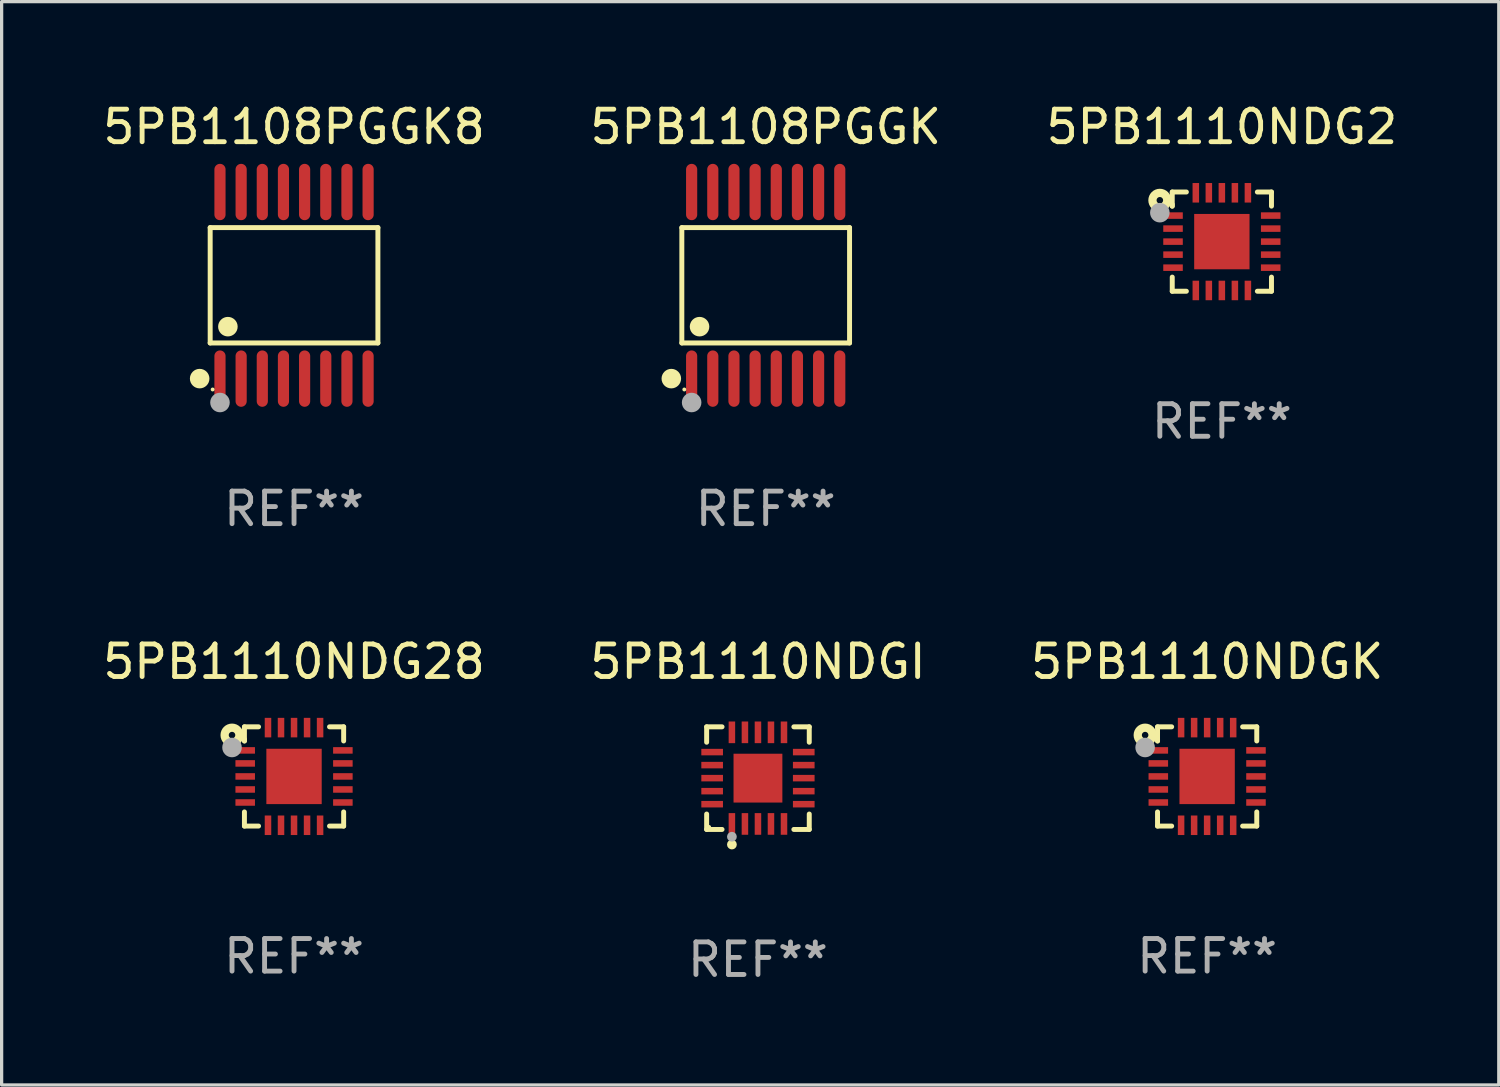
<source format=kicad_pcb>
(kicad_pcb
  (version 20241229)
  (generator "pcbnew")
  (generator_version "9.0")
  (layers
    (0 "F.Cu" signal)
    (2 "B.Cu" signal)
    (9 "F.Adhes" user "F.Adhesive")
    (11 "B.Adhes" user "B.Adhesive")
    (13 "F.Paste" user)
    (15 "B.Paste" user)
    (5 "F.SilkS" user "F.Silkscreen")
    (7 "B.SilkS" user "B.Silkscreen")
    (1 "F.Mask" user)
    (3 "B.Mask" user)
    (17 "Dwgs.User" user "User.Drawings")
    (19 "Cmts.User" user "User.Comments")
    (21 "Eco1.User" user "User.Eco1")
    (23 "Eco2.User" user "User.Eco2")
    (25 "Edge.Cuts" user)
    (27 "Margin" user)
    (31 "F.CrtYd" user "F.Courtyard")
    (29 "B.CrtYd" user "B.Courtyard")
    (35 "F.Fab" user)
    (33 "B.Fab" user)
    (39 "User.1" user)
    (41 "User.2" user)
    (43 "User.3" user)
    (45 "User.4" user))
  (footprint "5PB1108PGGK8"
    (layer "F.Cu")
    (at 5.982 5.714)
    (property "Reference" "5PB1108PGGK8" (at 0 -4.866 0) (layer "F.SilkS") (effects (font (size 1 1) (thickness 0.15))))
    (attr through_hole)
    (fp_line (start -2.576 -1.772) (end 2.576 -1.772) (stroke (width 0.152) (type solid)) (layer "F.SilkS"))
    (fp_line (start -2.576 1.771) (end -2.576 -1.772) (stroke (width 0.152) (type solid)) (layer "F.SilkS"))
    (fp_line (start 2.576 -1.772) (end 2.576 1.771) (stroke (width 0.152) (type solid)) (layer "F.SilkS"))
    (fp_line (start 2.576 1.771) (end -2.576 1.771) (stroke (width 0.152) (type solid)) (layer "F.SilkS"))
    (fp_circle (center -2.899 2.866) (end -2.749 2.866) (stroke (width 0.3) (type solid)) (fill no) (layer "F.SilkS"))
    (fp_circle (center -2.5 3.2) (end -2.47 3.2) (stroke (width 0.06) (type solid)) (fill no) (layer "F.SilkS"))
    (fp_circle (center -2.032 1.27) (end -1.882 1.27) (stroke (width 0.3) (type solid)) (fill no) (layer "F.SilkS"))
    (fp_circle (center -2.275 3.6) (end -2.125 3.6) (stroke (width 0.3) (type solid)) (fill no) (layer "F.Fab"))
    (fp_text user "REF**" (at 0 6.866 0) (layer "F.Fab") (effects (font (size 1 1) (thickness 0.15))))
    (pad "1" smd oval (at -2.275 2.866) (size 0.343 1.731) (layers "F.Cu" "F.Mask" "F.Paste"))
    (pad "2" smd oval (at -1.625 2.866) (size 0.343 1.731) (layers "F.Cu" "F.Mask" "F.Paste"))
    (pad "3" smd oval (at -0.975 2.866) (size 0.343 1.731) (layers "F.Cu" "F.Mask" "F.Paste"))
    (pad "4" smd oval (at -0.325 2.866) (size 0.343 1.731) (layers "F.Cu" "F.Mask" "F.Paste"))
    (pad "5" smd oval (at 0.325 2.866) (size 0.343 1.731) (layers "F.Cu" "F.Mask" "F.Paste"))
    (pad "6" smd oval (at 0.975 2.866) (size 0.343 1.731) (layers "F.Cu" "F.Mask" "F.Paste"))
    (pad "7" smd oval (at 1.625 2.866) (size 0.343 1.731) (layers "F.Cu" "F.Mask" "F.Paste"))
    (pad "8" smd oval (at 2.275 2.866) (size 0.343 1.731) (layers "F.Cu" "F.Mask" "F.Paste"))
    (pad "9" smd oval (at 2.275 -2.866) (size 0.343 1.731) (layers "F.Cu" "F.Mask" "F.Paste"))
    (pad "10" smd oval (at 1.625 -2.866) (size 0.343 1.731) (layers "F.Cu" "F.Mask" "F.Paste"))
    (pad "11" smd oval (at 0.975 -2.866) (size 0.343 1.731) (layers "F.Cu" "F.Mask" "F.Paste"))
    (pad "12" smd oval (at 0.325 -2.866) (size 0.343 1.731) (layers "F.Cu" "F.Mask" "F.Paste"))
    (pad "13" smd oval (at -0.325 -2.866) (size 0.343 1.731) (layers "F.Cu" "F.Mask" "F.Paste"))
    (pad "14" smd oval (at -0.975 -2.866) (size 0.343 1.731) (layers "F.Cu" "F.Mask" "F.Paste"))
    (pad "15" smd oval (at -1.625 -2.866) (size 0.343 1.731) (layers "F.Cu" "F.Mask" "F.Paste"))
    (pad "16" smd oval (at -2.275 -2.866) (size 0.343 1.731) (layers "F.Cu" "F.Mask" "F.Paste")))
  (footprint "5PB1110NDG28"
    (layer "F.Cu")
    (at 5.982 20.8)
    (property "Reference" "5PB1110NDG28" (at 0 -3.524 0) (layer "F.SilkS") (effects (font (size 1 1) (thickness 0.15))))
    (attr through_hole)
    (fp_line (start -1.524 -1.524) (end -1.09 -1.524) (stroke (width 0.152) (type solid)) (layer "F.SilkS"))
    (fp_line (start -1.524 -1.09) (end -1.524 -1.524) (stroke (width 0.152) (type solid)) (layer "F.SilkS"))
    (fp_line (start -1.524 -1.09) (end -1.524 -1.143) (stroke (width 0.152) (type solid)) (layer "F.SilkS"))
    (fp_line (start -1.524 1.524) (end -1.524 1.09) (stroke (width 0.152) (type solid)) (layer "F.SilkS"))
    (fp_line (start -1.09 1.524) (end -1.524 1.524) (stroke (width 0.152) (type solid)) (layer "F.SilkS"))
    (fp_line (start 1.09 -1.524) (end 1.524 -1.524) (stroke (width 0.152) (type solid)) (layer "F.SilkS"))
    (fp_line (start 1.524 -1.524) (end 1.524 -1.09) (stroke (width 0.152) (type solid)) (layer "F.SilkS"))
    (fp_line (start 1.524 1.09) (end 1.524 1.524) (stroke (width 0.152) (type solid)) (layer "F.SilkS"))
    (fp_line (start 1.524 1.524) (end 1.09 1.524) (stroke (width 0.152) (type solid)) (layer "F.SilkS"))
    (fp_circle (center -1.905 -1.27) (end -1.805 -1.27) (stroke (width 0.254) (type solid)) (fill no) (layer "F.SilkS"))
    (fp_circle (center -1.5 -1.5) (end -1.47 -1.5) (stroke (width 0.06) (type solid)) (fill no) (layer "F.SilkS"))
    (fp_circle (center -1.905 -0.889) (end -1.755 -0.889) (stroke (width 0.3) (type solid)) (fill no) (layer "F.Fab"))
    (fp_text user "REF**" (at 0 5.524 0) (layer "F.Fab") (effects (font (size 1 1) (thickness 0.15))))
    (pad "1" smd rect (at -1.5 -0.8) (size 0.6 0.2) (layers "F.Cu" "F.Mask" "F.Paste"))
    (pad "2" smd rect (at -1.5 -0.4) (size 0.6 0.2) (layers "F.Cu" "F.Mask" "F.Paste"))
    (pad "3" smd rect (at -1.5 -0.000203) (size 0.6 0.2) (layers "F.Cu" "F.Mask" "F.Paste"))
    (pad "4" smd rect (at -1.5 0.4) (size 0.6 0.2) (layers "F.Cu" "F.Mask" "F.Paste"))
    (pad "5" smd rect (at -1.5 0.8) (size 0.6 0.2) (layers "F.Cu" "F.Mask" "F.Paste"))
    (pad "6" smd rect (at -0.8 1.5) (size 0.2 0.6) (layers "F.Cu" "F.Mask" "F.Paste"))
    (pad "7" smd rect (at -0.4 1.5) (size 0.2 0.6) (layers "F.Cu" "F.Mask" "F.Paste"))
    (pad "8" smd rect (at -0.000178 1.5) (size 0.2 0.6) (layers "F.Cu" "F.Mask" "F.Paste"))
    (pad "9" smd rect (at 0.4 1.5) (size 0.2 0.6) (layers "F.Cu" "F.Mask" "F.Paste"))
    (pad "10" smd rect (at 0.8 1.5) (size 0.2 0.6) (layers "F.Cu" "F.Mask" "F.Paste"))
    (pad "11" smd rect (at 1.5 0.8) (size 0.6 0.2) (layers "F.Cu" "F.Mask" "F.Paste"))
    (pad "12" smd rect (at 1.5 0.4) (size 0.6 0.2) (layers "F.Cu" "F.Mask" "F.Paste"))
    (pad "13" smd rect (at 1.5 -0.000203) (size 0.6 0.2) (layers "F.Cu" "F.Mask" "F.Paste"))
    (pad "14" smd rect (at 1.5 -0.4) (size 0.6 0.2) (layers "F.Cu" "F.Mask" "F.Paste"))
    (pad "15" smd rect (at 1.5 -0.8) (size 0.6 0.2) (layers "F.Cu" "F.Mask" "F.Paste"))
    (pad "16" smd rect (at 0.8 -1.5) (size 0.2 0.6) (layers "F.Cu" "F.Mask" "F.Paste"))
    (pad "17" smd rect (at 0.4 -1.5) (size 0.2 0.6) (layers "F.Cu" "F.Mask" "F.Paste"))
    (pad "18" smd rect (at 0.000076 -1.5) (size 0.2 0.6) (layers "F.Cu" "F.Mask" "F.Paste"))
    (pad "19" smd rect (at -0.4 -1.5) (size 0.2 0.6) (layers "F.Cu" "F.Mask" "F.Paste"))
    (pad "20" smd rect (at -0.8 -1.5) (size 0.2 0.6) (layers "F.Cu" "F.Mask" "F.Paste"))
    (pad "21" smd rect (at -0.000178 -0.000203 180) (size 1.7 1.7) (layers "F.Cu" "F.Mask" "F.Paste")))
  (footprint "5PB1110NDGK"
    (layer "F.Cu")
    (at 34.03 20.8)
    (property "Reference" "5PB1110NDGK" (at 0 -3.524 0) (layer "F.SilkS") (effects (font (size 1 1) (thickness 0.15))))
    (attr through_hole)
    (fp_line (start -1.524 -1.524) (end -1.09 -1.524) (stroke (width 0.152) (type solid)) (layer "F.SilkS"))
    (fp_line (start -1.524 -1.09) (end -1.524 -1.524) (stroke (width 0.152) (type solid)) (layer "F.SilkS"))
    (fp_line (start -1.524 -1.09) (end -1.524 -1.143) (stroke (width 0.152) (type solid)) (layer "F.SilkS"))
    (fp_line (start -1.524 1.524) (end -1.524 1.09) (stroke (width 0.152) (type solid)) (layer "F.SilkS"))
    (fp_line (start -1.09 1.524) (end -1.524 1.524) (stroke (width 0.152) (type solid)) (layer "F.SilkS"))
    (fp_line (start 1.09 -1.524) (end 1.524 -1.524) (stroke (width 0.152) (type solid)) (layer "F.SilkS"))
    (fp_line (start 1.524 -1.524) (end 1.524 -1.09) (stroke (width 0.152) (type solid)) (layer "F.SilkS"))
    (fp_line (start 1.524 1.09) (end 1.524 1.524) (stroke (width 0.152) (type solid)) (layer "F.SilkS"))
    (fp_line (start 1.524 1.524) (end 1.09 1.524) (stroke (width 0.152) (type solid)) (layer "F.SilkS"))
    (fp_circle (center -1.905 -1.27) (end -1.805 -1.27) (stroke (width 0.254) (type solid)) (fill no) (layer "F.SilkS"))
    (fp_circle (center -1.5 -1.5) (end -1.47 -1.5) (stroke (width 0.06) (type solid)) (fill no) (layer "F.SilkS"))
    (fp_circle (center -1.905 -0.889) (end -1.755 -0.889) (stroke (width 0.3) (type solid)) (fill no) (layer "F.Fab"))
    (fp_text user "REF**" (at 0 5.524 0) (layer "F.Fab") (effects (font (size 1 1) (thickness 0.15))))
    (pad "1" smd rect (at -1.5 -0.8) (size 0.6 0.2) (layers "F.Cu" "F.Mask" "F.Paste"))
    (pad "2" smd rect (at -1.5 -0.4) (size 0.6 0.2) (layers "F.Cu" "F.Mask" "F.Paste"))
    (pad "3" smd rect (at -1.5 -0.000203) (size 0.6 0.2) (layers "F.Cu" "F.Mask" "F.Paste"))
    (pad "4" smd rect (at -1.5 0.4) (size 0.6 0.2) (layers "F.Cu" "F.Mask" "F.Paste"))
    (pad "5" smd rect (at -1.5 0.8) (size 0.6 0.2) (layers "F.Cu" "F.Mask" "F.Paste"))
    (pad "6" smd rect (at -0.8 1.5) (size 0.2 0.6) (layers "F.Cu" "F.Mask" "F.Paste"))
    (pad "7" smd rect (at -0.4 1.5) (size 0.2 0.6) (layers "F.Cu" "F.Mask" "F.Paste"))
    (pad "8" smd rect (at -0.000178 1.5) (size 0.2 0.6) (layers "F.Cu" "F.Mask" "F.Paste"))
    (pad "9" smd rect (at 0.4 1.5) (size 0.2 0.6) (layers "F.Cu" "F.Mask" "F.Paste"))
    (pad "10" smd rect (at 0.8 1.5) (size 0.2 0.6) (layers "F.Cu" "F.Mask" "F.Paste"))
    (pad "11" smd rect (at 1.5 0.8) (size 0.6 0.2) (layers "F.Cu" "F.Mask" "F.Paste"))
    (pad "12" smd rect (at 1.5 0.4) (size 0.6 0.2) (layers "F.Cu" "F.Mask" "F.Paste"))
    (pad "13" smd rect (at 1.5 -0.000203) (size 0.6 0.2) (layers "F.Cu" "F.Mask" "F.Paste"))
    (pad "14" smd rect (at 1.5 -0.4) (size 0.6 0.2) (layers "F.Cu" "F.Mask" "F.Paste"))
    (pad "15" smd rect (at 1.5 -0.8) (size 0.6 0.2) (layers "F.Cu" "F.Mask" "F.Paste"))
    (pad "16" smd rect (at 0.8 -1.5) (size 0.2 0.6) (layers "F.Cu" "F.Mask" "F.Paste"))
    (pad "17" smd rect (at 0.4 -1.5) (size 0.2 0.6) (layers "F.Cu" "F.Mask" "F.Paste"))
    (pad "18" smd rect (at 0.000076 -1.5) (size 0.2 0.6) (layers "F.Cu" "F.Mask" "F.Paste"))
    (pad "19" smd rect (at -0.4 -1.5) (size 0.2 0.6) (layers "F.Cu" "F.Mask" "F.Paste"))
    (pad "20" smd rect (at -0.8 -1.5) (size 0.2 0.6) (layers "F.Cu" "F.Mask" "F.Paste"))
    (pad "21" smd rect (at -0.000178 -0.000203 180) (size 1.7 1.7) (layers "F.Cu" "F.Mask" "F.Paste")))
  (footprint "5PB1108PGGK"
    (layer "F.Cu")
    (at 20.47 5.714)
    (property "Reference" "5PB1108PGGK" (at 0 -4.866 0) (layer "F.SilkS") (effects (font (size 1 1) (thickness 0.15))))
    (attr through_hole)
    (fp_line (start -2.576 -1.772) (end 2.576 -1.772) (stroke (width 0.152) (type solid)) (layer "F.SilkS"))
    (fp_line (start -2.576 1.771) (end -2.576 -1.772) (stroke (width 0.152) (type solid)) (layer "F.SilkS"))
    (fp_line (start 2.576 -1.772) (end 2.576 1.771) (stroke (width 0.152) (type solid)) (layer "F.SilkS"))
    (fp_line (start 2.576 1.771) (end -2.576 1.771) (stroke (width 0.152) (type solid)) (layer "F.SilkS"))
    (fp_circle (center -2.899 2.866) (end -2.749 2.866) (stroke (width 0.3) (type solid)) (fill no) (layer "F.SilkS"))
    (fp_circle (center -2.5 3.2) (end -2.47 3.2) (stroke (width 0.06) (type solid)) (fill no) (layer "F.SilkS"))
    (fp_circle (center -2.032 1.27) (end -1.882 1.27) (stroke (width 0.3) (type solid)) (fill no) (layer "F.SilkS"))
    (fp_circle (center -2.275 3.6) (end -2.125 3.6) (stroke (width 0.3) (type solid)) (fill no) (layer "F.Fab"))
    (fp_text user "REF**" (at 0 6.866 0) (layer "F.Fab") (effects (font (size 1 1) (thickness 0.15))))
    (pad "1" smd oval (at -2.275 2.866) (size 0.343 1.731) (layers "F.Cu" "F.Mask" "F.Paste"))
    (pad "2" smd oval (at -1.625 2.866) (size 0.343 1.731) (layers "F.Cu" "F.Mask" "F.Paste"))
    (pad "3" smd oval (at -0.975 2.866) (size 0.343 1.731) (layers "F.Cu" "F.Mask" "F.Paste"))
    (pad "4" smd oval (at -0.325 2.866) (size 0.343 1.731) (layers "F.Cu" "F.Mask" "F.Paste"))
    (pad "5" smd oval (at 0.325 2.866) (size 0.343 1.731) (layers "F.Cu" "F.Mask" "F.Paste"))
    (pad "6" smd oval (at 0.975 2.866) (size 0.343 1.731) (layers "F.Cu" "F.Mask" "F.Paste"))
    (pad "7" smd oval (at 1.625 2.866) (size 0.343 1.731) (layers "F.Cu" "F.Mask" "F.Paste"))
    (pad "8" smd oval (at 2.275 2.866) (size 0.343 1.731) (layers "F.Cu" "F.Mask" "F.Paste"))
    (pad "9" smd oval (at 2.275 -2.866) (size 0.343 1.731) (layers "F.Cu" "F.Mask" "F.Paste"))
    (pad "10" smd oval (at 1.625 -2.866) (size 0.343 1.731) (layers "F.Cu" "F.Mask" "F.Paste"))
    (pad "11" smd oval (at 0.975 -2.866) (size 0.343 1.731) (layers "F.Cu" "F.Mask" "F.Paste"))
    (pad "12" smd oval (at 0.325 -2.866) (size 0.343 1.731) (layers "F.Cu" "F.Mask" "F.Paste"))
    (pad "13" smd oval (at -0.325 -2.866) (size 0.343 1.731) (layers "F.Cu" "F.Mask" "F.Paste"))
    (pad "14" smd oval (at -0.975 -2.866) (size 0.343 1.731) (layers "F.Cu" "F.Mask" "F.Paste"))
    (pad "15" smd oval (at -1.625 -2.866) (size 0.343 1.731) (layers "F.Cu" "F.Mask" "F.Paste"))
    (pad "16" smd oval (at -2.275 -2.866) (size 0.343 1.731) (layers "F.Cu" "F.Mask" "F.Paste")))
  (footprint "5PB1110NDGI"
    (layer "F.Cu")
    (at 20.232 20.852)
    (property "Reference" "5PB1110NDGI" (at 0 -3.576 0) (layer "F.SilkS") (effects (font (size 1 1) (thickness 0.15))))
    (attr through_hole)
    (fp_line (start -1.576 -1.576) (end -1.103 -1.576) (stroke (width 0.152) (type solid)) (layer "F.SilkS"))
    (fp_line (start -1.576 -1.103) (end -1.576 -1.576) (stroke (width 0.152) (type solid)) (layer "F.SilkS"))
    (fp_line (start -1.576 1.103) (end -1.576 1.576) (stroke (width 0.152) (type solid)) (layer "F.SilkS"))
    (fp_line (start -1.576 1.576) (end -1.103 1.576) (stroke (width 0.152) (type solid)) (layer "F.SilkS"))
    (fp_line (start 1.576 -1.576) (end 1.103 -1.576) (stroke (width 0.152) (type solid)) (layer "F.SilkS"))
    (fp_line (start 1.576 -1.103) (end 1.576 -1.576) (stroke (width 0.152) (type solid)) (layer "F.SilkS"))
    (fp_line (start 1.576 1.103) (end 1.576 1.576) (stroke (width 0.152) (type solid)) (layer "F.SilkS"))
    (fp_line (start 1.576 1.576) (end 1.103 1.576) (stroke (width 0.152) (type solid)) (layer "F.SilkS"))
    (fp_circle (center -1.5 1.5) (end -1.47 1.5) (stroke (width 0.06) (type solid)) (fill no) (layer "F.SilkS"))
    (fp_circle (center -0.8 2.04) (end -0.725 2.04) (stroke (width 0.15) (type solid)) (fill no) (layer "F.SilkS"))
    (fp_circle (center -0.8 1.8) (end -0.725 1.8) (stroke (width 0.15) (type solid)) (fill no) (layer "F.Fab"))
    (fp_text user "REF**" (at 0 5.576 0) (layer "F.Fab") (effects (font (size 1 1) (thickness 0.15))))
    (pad "1" smd rect (at -0.8 1.407) (size 0.2 0.665) (layers "F.Cu" "F.Mask" "F.Paste"))
    (pad "2" smd rect (at -0.4 1.407) (size 0.2 0.665) (layers "F.Cu" "F.Mask" "F.Paste"))
    (pad "3" smd rect (at 0 1.407) (size 0.2 0.665) (layers "F.Cu" "F.Mask" "F.Paste"))
    (pad "4" smd rect (at 0.4 1.407) (size 0.2 0.665) (layers "F.Cu" "F.Mask" "F.Paste"))
    (pad "5" smd rect (at 0.8 1.407) (size 0.2 0.665) (layers "F.Cu" "F.Mask" "F.Paste"))
    (pad "6" smd rect (at 1.407 0.8) (size 0.665 0.2) (layers "F.Cu" "F.Mask" "F.Paste"))
    (pad "7" smd rect (at 1.407 0.4) (size 0.665 0.2) (layers "F.Cu" "F.Mask" "F.Paste"))
    (pad "8" smd rect (at 1.407 0) (size 0.665 0.2) (layers "F.Cu" "F.Mask" "F.Paste"))
    (pad "9" smd rect (at 1.407 -0.4) (size 0.665 0.2) (layers "F.Cu" "F.Mask" "F.Paste"))
    (pad "10" smd rect (at 1.407 -0.8) (size 0.665 0.2) (layers "F.Cu" "F.Mask" "F.Paste"))
    (pad "11" smd rect (at 0.8 -1.407) (size 0.2 0.665) (layers "F.Cu" "F.Mask" "F.Paste"))
    (pad "12" smd rect (at 0.4 -1.407) (size 0.2 0.665) (layers "F.Cu" "F.Mask" "F.Paste"))
    (pad "13" smd rect (at 0 -1.407) (size 0.2 0.665) (layers "F.Cu" "F.Mask" "F.Paste"))
    (pad "14" smd rect (at -0.4 -1.407) (size 0.2 0.665) (layers "F.Cu" "F.Mask" "F.Paste"))
    (pad "15" smd rect (at -0.8 -1.407) (size 0.2 0.665) (layers "F.Cu" "F.Mask" "F.Paste"))
    (pad "16" smd rect (at -1.407 -0.8) (size 0.665 0.2) (layers "F.Cu" "F.Mask" "F.Paste"))
    (pad "17" smd rect (at -1.407 -0.4) (size 0.665 0.2) (layers "F.Cu" "F.Mask" "F.Paste"))
    (pad "18" smd rect (at -1.407 0) (size 0.665 0.2) (layers "F.Cu" "F.Mask" "F.Paste"))
    (pad "19" smd rect (at -1.407 0.4) (size 0.665 0.2) (layers "F.Cu" "F.Mask" "F.Paste"))
    (pad "20" smd rect (at -1.407 0.8) (size 0.665 0.2) (layers "F.Cu" "F.Mask" "F.Paste"))
    (pad "21" smd rect (at 0 0) (size 1.5 1.5) (layers "F.Cu" "F.Mask" "F.Paste")))
  (footprint "5PB1110NDG2"
    (layer "F.Cu")
    (at 34.482 4.372)
    (property "Reference" "5PB1110NDG2" (at 0 -3.524 0) (layer "F.SilkS") (effects (font (size 1 1) (thickness 0.15))))
    (attr through_hole)
    (fp_line (start -1.524 -1.524) (end -1.09 -1.524) (stroke (width 0.152) (type solid)) (layer "F.SilkS"))
    (fp_line (start -1.524 -1.09) (end -1.524 -1.524) (stroke (width 0.152) (type solid)) (layer "F.SilkS"))
    (fp_line (start -1.524 -1.09) (end -1.524 -1.143) (stroke (width 0.152) (type solid)) (layer "F.SilkS"))
    (fp_line (start -1.524 1.524) (end -1.524 1.09) (stroke (width 0.152) (type solid)) (layer "F.SilkS"))
    (fp_line (start -1.09 1.524) (end -1.524 1.524) (stroke (width 0.152) (type solid)) (layer "F.SilkS"))
    (fp_line (start 1.09 -1.524) (end 1.524 -1.524) (stroke (width 0.152) (type solid)) (layer "F.SilkS"))
    (fp_line (start 1.524 -1.524) (end 1.524 -1.09) (stroke (width 0.152) (type solid)) (layer "F.SilkS"))
    (fp_line (start 1.524 1.09) (end 1.524 1.524) (stroke (width 0.152) (type solid)) (layer "F.SilkS"))
    (fp_line (start 1.524 1.524) (end 1.09 1.524) (stroke (width 0.152) (type solid)) (layer "F.SilkS"))
    (fp_circle (center -1.905 -1.27) (end -1.805 -1.27) (stroke (width 0.254) (type solid)) (fill no) (layer "F.SilkS"))
    (fp_circle (center -1.5 -1.5) (end -1.47 -1.5) (stroke (width 0.06) (type solid)) (fill no) (layer "F.SilkS"))
    (fp_circle (center -1.905 -0.889) (end -1.755 -0.889) (stroke (width 0.3) (type solid)) (fill no) (layer "F.Fab"))
    (fp_text user "REF**" (at 0 5.524 0) (layer "F.Fab") (effects (font (size 1 1) (thickness 0.15))))
    (pad "1" smd rect (at -1.5 -0.8) (size 0.6 0.2) (layers "F.Cu" "F.Mask" "F.Paste"))
    (pad "2" smd rect (at -1.5 -0.4) (size 0.6 0.2) (layers "F.Cu" "F.Mask" "F.Paste"))
    (pad "3" smd rect (at -1.5 -0.000203) (size 0.6 0.2) (layers "F.Cu" "F.Mask" "F.Paste"))
    (pad "4" smd rect (at -1.5 0.4) (size 0.6 0.2) (layers "F.Cu" "F.Mask" "F.Paste"))
    (pad "5" smd rect (at -1.5 0.8) (size 0.6 0.2) (layers "F.Cu" "F.Mask" "F.Paste"))
    (pad "6" smd rect (at -0.8 1.5) (size 0.2 0.6) (layers "F.Cu" "F.Mask" "F.Paste"))
    (pad "7" smd rect (at -0.4 1.5) (size 0.2 0.6) (layers "F.Cu" "F.Mask" "F.Paste"))
    (pad "8" smd rect (at -0.000178 1.5) (size 0.2 0.6) (layers "F.Cu" "F.Mask" "F.Paste"))
    (pad "9" smd rect (at 0.4 1.5) (size 0.2 0.6) (layers "F.Cu" "F.Mask" "F.Paste"))
    (pad "10" smd rect (at 0.8 1.5) (size 0.2 0.6) (layers "F.Cu" "F.Mask" "F.Paste"))
    (pad "11" smd rect (at 1.5 0.8) (size 0.6 0.2) (layers "F.Cu" "F.Mask" "F.Paste"))
    (pad "12" smd rect (at 1.5 0.4) (size 0.6 0.2) (layers "F.Cu" "F.Mask" "F.Paste"))
    (pad "13" smd rect (at 1.5 -0.000203) (size 0.6 0.2) (layers "F.Cu" "F.Mask" "F.Paste"))
    (pad "14" smd rect (at 1.5 -0.4) (size 0.6 0.2) (layers "F.Cu" "F.Mask" "F.Paste"))
    (pad "15" smd rect (at 1.5 -0.8) (size 0.6 0.2) (layers "F.Cu" "F.Mask" "F.Paste"))
    (pad "16" smd rect (at 0.8 -1.5) (size 0.2 0.6) (layers "F.Cu" "F.Mask" "F.Paste"))
    (pad "17" smd rect (at 0.4 -1.5) (size 0.2 0.6) (layers "F.Cu" "F.Mask" "F.Paste"))
    (pad "18" smd rect (at 0.000076 -1.5) (size 0.2 0.6) (layers "F.Cu" "F.Mask" "F.Paste"))
    (pad "19" smd rect (at -0.4 -1.5) (size 0.2 0.6) (layers "F.Cu" "F.Mask" "F.Paste"))
    (pad "20" smd rect (at -0.8 -1.5) (size 0.2 0.6) (layers "F.Cu" "F.Mask" "F.Paste"))
    (pad "21" smd rect (at -0.000178 -0.000203 180) (size 1.7 1.7) (layers "F.Cu" "F.Mask" "F.Paste")))
  (gr_rect
    (start -3 -3)
    (end 42.988 30.277)
    (stroke (width 0.1) (type default))
    (fill no)
    (layer "Edge.Cuts")))
</source>
